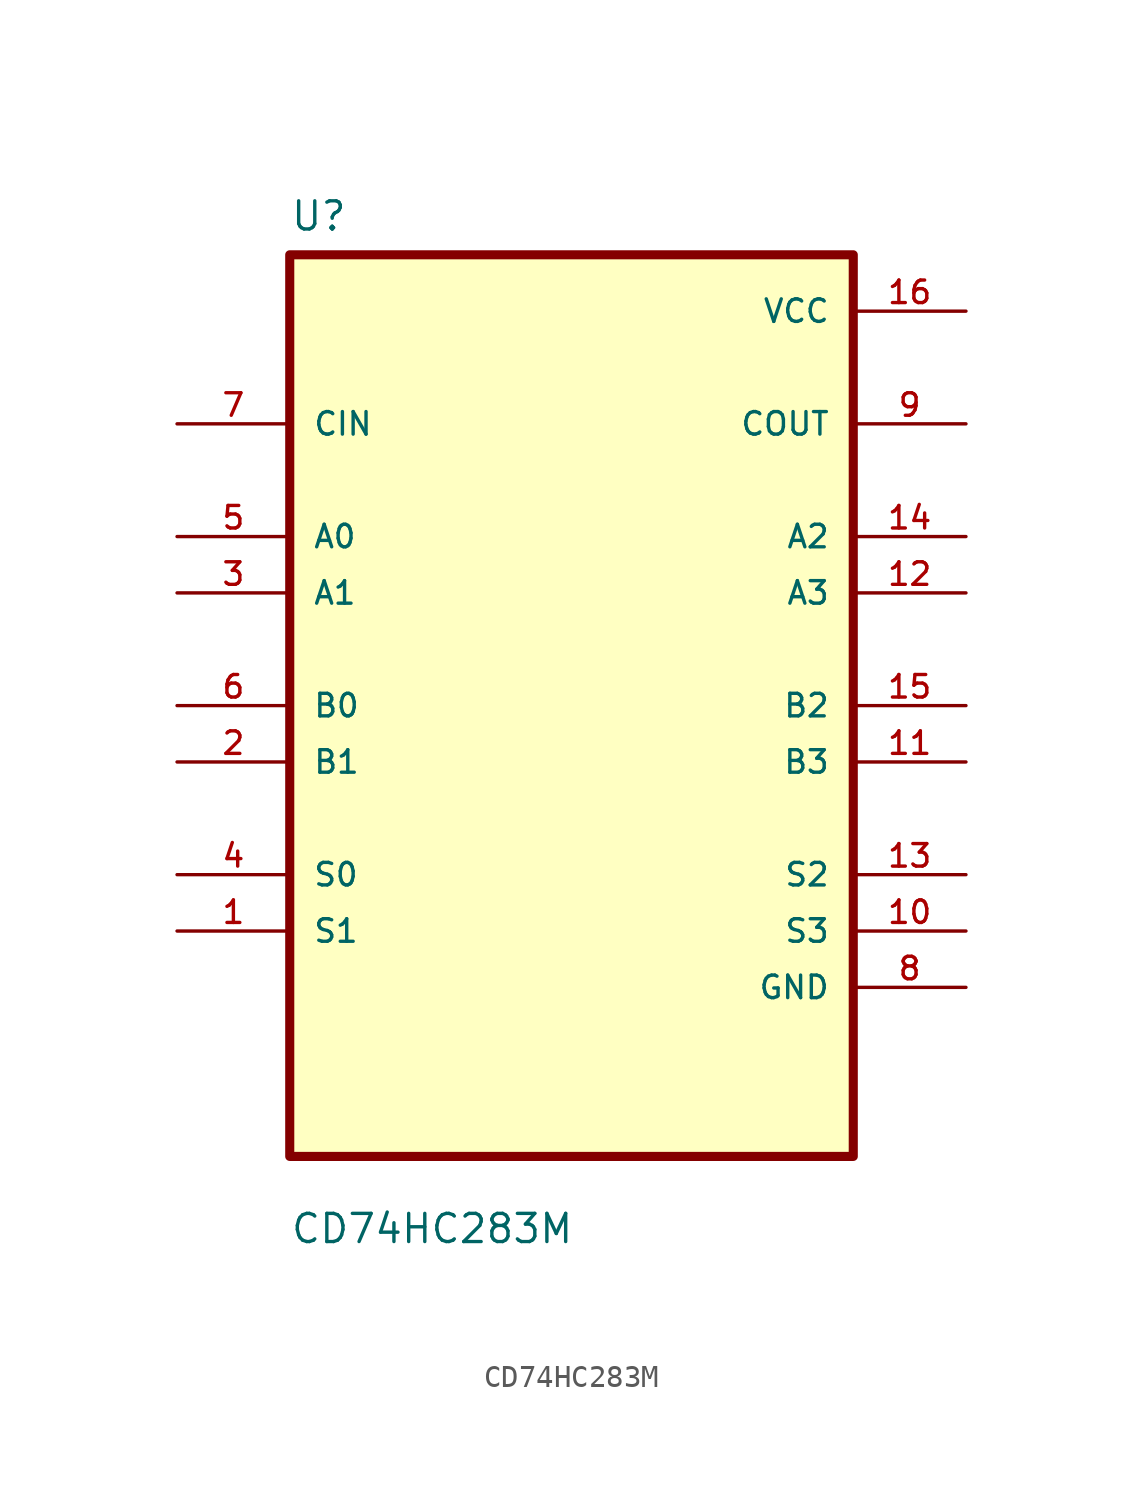
<source format=kicad_sym>
(kicad_symbol_lib
  (version 20211014)
  (generator kicad_symbol_editor)
  (symbol "CD74HC283M"
    (pin_names
      (offset 1.016))
    (property "Reference" "U"
      (at -12.7 21.32 0.0)
      (effects (font (size 1.27 1.27)) (justify bottom left)))
    (property "Value" "CD74HC283M"
      (at -12.7 -24.32 0.0)
      (effects (font (size 1.27 1.27)) (justify bottom left)))
    (symbol "CD74HC283M_0_0"
      (rectangle (start -12.7 -20.32) (end 12.7 20.32) (stroke (width 0.41)) (fill (type background)))
      (pin input line (at -17.78 12.7 0) (length 5.08) (name "CIN" (effects (font (size 1.016 1.016)))) (number "7" (effects (font (size 1.016 1.016)))))
      (pin bidirectional line (at -17.78 7.62 0) (length 5.08) (name "A0" (effects (font (size 1.016 1.016)))) (number "5" (effects (font (size 1.016 1.016)))))
      (pin bidirectional line (at -17.78 5.08 0) (length 5.08) (name "A1" (effects (font (size 1.016 1.016)))) (number "3" (effects (font (size 1.016 1.016)))))
      (pin bidirectional line (at -17.78 0.0 0) (length 5.08) (name "B0" (effects (font (size 1.016 1.016)))) (number "6" (effects (font (size 1.016 1.016)))))
      (pin bidirectional line (at -17.78 -2.54 0) (length 5.08) (name "B1" (effects (font (size 1.016 1.016)))) (number "2" (effects (font (size 1.016 1.016)))))
      (pin bidirectional line (at -17.78 -7.62 0) (length 5.08) (name "S0" (effects (font (size 1.016 1.016)))) (number "4" (effects (font (size 1.016 1.016)))))
      (pin bidirectional line (at -17.78 -10.16 0) (length 5.08) (name "S1" (effects (font (size 1.016 1.016)))) (number "1" (effects (font (size 1.016 1.016)))))
      (pin power_in line (at 17.78 17.78 180.0) (length 5.08) (name "VCC" (effects (font (size 1.016 1.016)))) (number "16" (effects (font (size 1.016 1.016)))))
      (pin output line (at 17.78 12.7 180.0) (length 5.08) (name "COUT" (effects (font (size 1.016 1.016)))) (number "9" (effects (font (size 1.016 1.016)))))
      (pin bidirectional line (at 17.78 7.62 180.0) (length 5.08) (name "A2" (effects (font (size 1.016 1.016)))) (number "14" (effects (font (size 1.016 1.016)))))
      (pin bidirectional line (at 17.78 5.08 180.0) (length 5.08) (name "A3" (effects (font (size 1.016 1.016)))) (number "12" (effects (font (size 1.016 1.016)))))
      (pin bidirectional line (at 17.78 0.0 180.0) (length 5.08) (name "B2" (effects (font (size 1.016 1.016)))) (number "15" (effects (font (size 1.016 1.016)))))
      (pin bidirectional line (at 17.78 -2.54 180.0) (length 5.08) (name "B3" (effects (font (size 1.016 1.016)))) (number "11" (effects (font (size 1.016 1.016)))))
      (pin bidirectional line (at 17.78 -7.62 180.0) (length 5.08) (name "S2" (effects (font (size 1.016 1.016)))) (number "13" (effects (font (size 1.016 1.016)))))
      (pin bidirectional line (at 17.78 -10.16 180.0) (length 5.08) (name "S3" (effects (font (size 1.016 1.016)))) (number "10" (effects (font (size 1.016 1.016)))))
      (pin power_in line (at 17.78 -12.7 180.0) (length 5.08) (name "GND" (effects (font (size 1.016 1.016)))) (number "8" (effects (font (size 1.016 1.016))))))))
</source>
